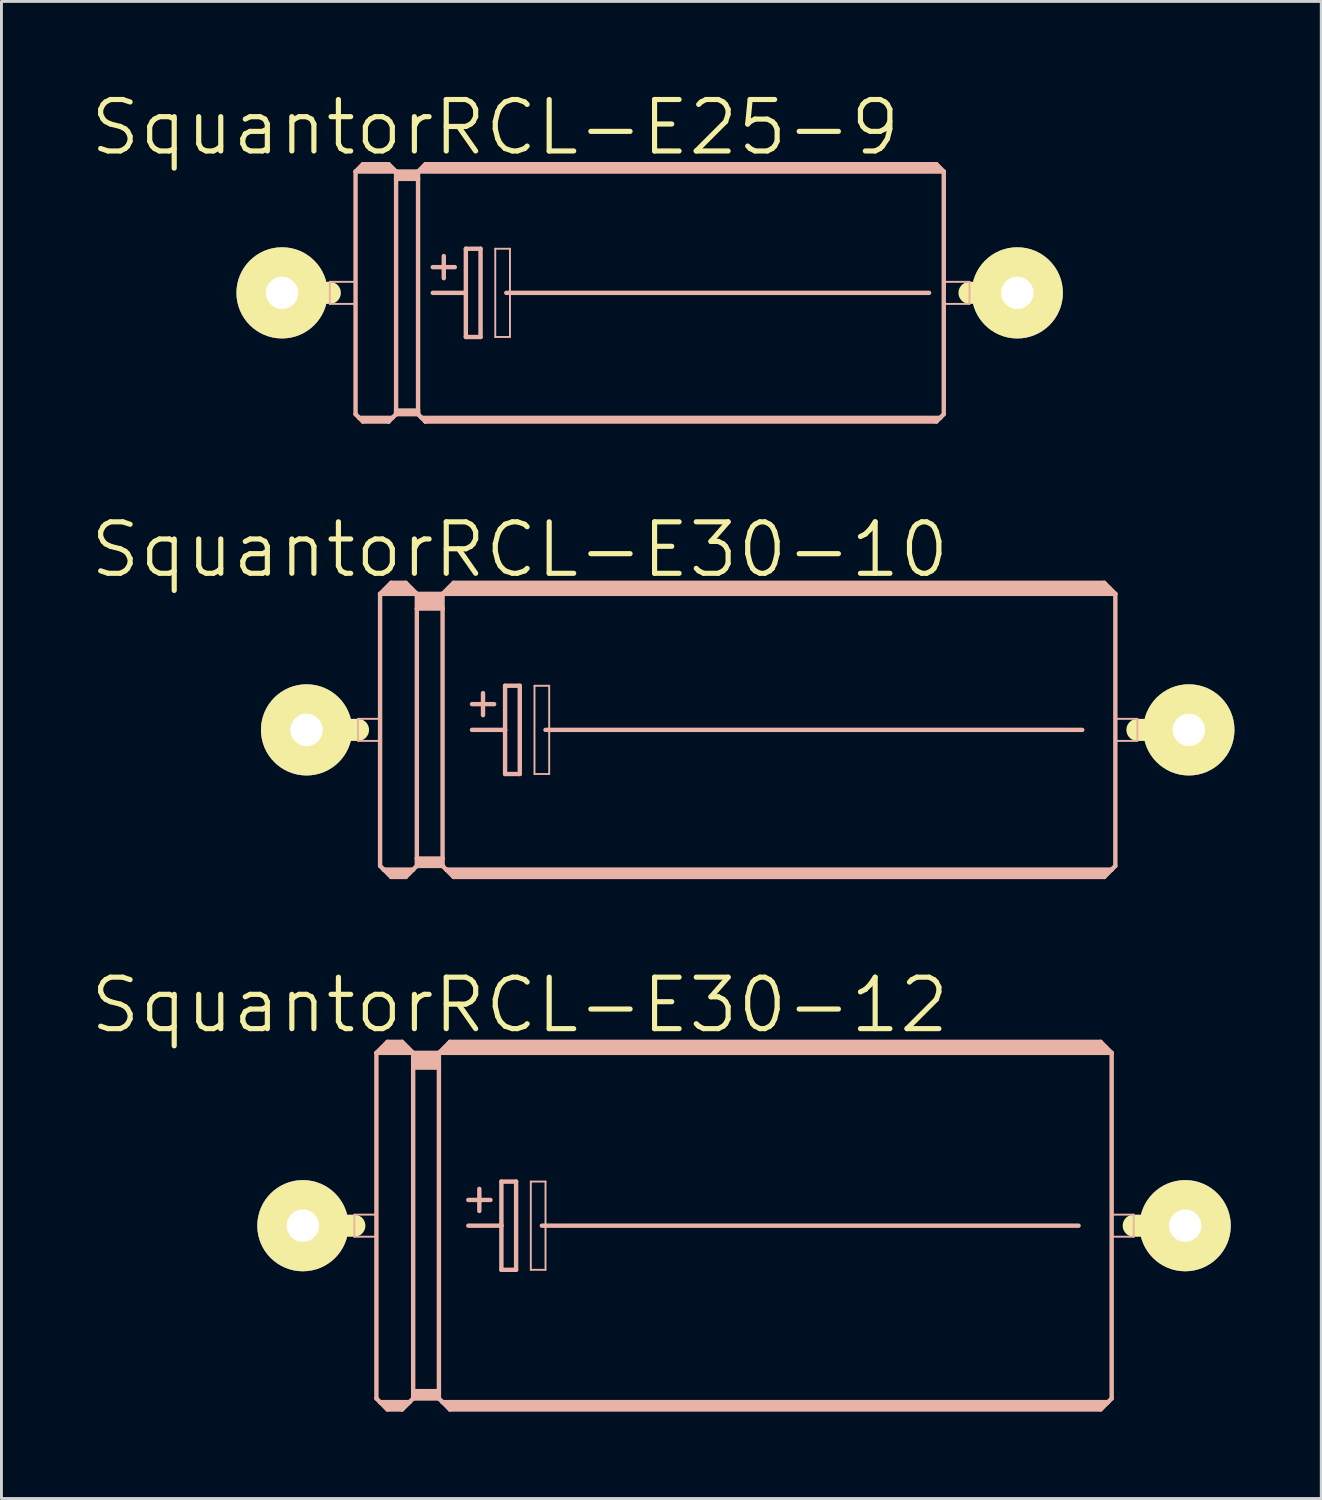
<source format=kicad_pcb>
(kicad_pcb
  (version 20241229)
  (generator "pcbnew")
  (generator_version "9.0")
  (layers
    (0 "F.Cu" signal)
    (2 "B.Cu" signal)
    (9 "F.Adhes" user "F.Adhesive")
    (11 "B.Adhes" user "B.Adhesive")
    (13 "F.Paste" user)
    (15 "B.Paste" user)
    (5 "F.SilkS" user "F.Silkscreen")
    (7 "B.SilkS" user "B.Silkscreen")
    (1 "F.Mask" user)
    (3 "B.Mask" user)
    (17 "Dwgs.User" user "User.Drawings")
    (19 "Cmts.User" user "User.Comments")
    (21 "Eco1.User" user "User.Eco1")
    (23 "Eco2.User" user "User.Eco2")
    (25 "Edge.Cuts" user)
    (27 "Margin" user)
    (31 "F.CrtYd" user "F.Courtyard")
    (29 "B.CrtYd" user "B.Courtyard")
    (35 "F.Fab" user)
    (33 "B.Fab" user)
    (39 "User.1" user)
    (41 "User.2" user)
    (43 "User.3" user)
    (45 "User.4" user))
  (footprint "SquantorRCL-E30-10"
    (layer "F.Cu")
    (at 22.78 22.164)
    (property "Reference" "SquantorRCL-E30-10" (at -7.874 -6.223 0) (layer "F.SilkS") (effects (font (size 1.778 1.778) (thickness 0.178))))
    (attr exclude_from_pos_files exclude_from_bom)
    (fp_line (start -15.24 0) (end -13.462 0) (stroke (width 0.762) (type solid)) (layer "F.SilkS"))
    (fp_line (start 15.24 0) (end 13.462 0) (stroke (width 0.762) (type solid)) (layer "F.SilkS"))
    (fp_line (start -13.462 -0.381) (end -12.7 -0.381) (stroke (width 0.066) (type solid)) (layer "B.SilkS"))
    (fp_line (start -13.462 0.381) (end -13.462 -0.381) (stroke (width 0.066) (type solid)) (layer "B.SilkS"))
    (fp_line (start -13.462 0.381) (end -12.7 0.381) (stroke (width 0.066) (type solid)) (layer "B.SilkS"))
    (fp_line (start -12.7 -4.699) (end -12.7 4.699) (stroke (width 0.152) (type solid)) (layer "B.SilkS"))
    (fp_line (start -12.7 -4.699) (end -12.319 -5.08) (stroke (width 0.152) (type solid)) (layer "B.SilkS"))
    (fp_line (start -12.7 -4.699) (end -11.43 -4.699) (stroke (width 0.152) (type solid)) (layer "B.SilkS"))
    (fp_line (start -12.7 0.381) (end -12.7 -0.381) (stroke (width 0.066) (type solid)) (layer "B.SilkS"))
    (fp_line (start -12.7 4.699) (end -12.573 4.826) (stroke (width 0.152) (type solid)) (layer "B.SilkS"))
    (fp_line (start -12.573 4.826) (end -12.319 5.08) (stroke (width 0.152) (type solid)) (layer "B.SilkS"))
    (fp_line (start -12.573 4.826) (end -11.557 4.826) (stroke (width 0.152) (type solid)) (layer "B.SilkS"))
    (fp_line (start -12.446 -4.826) (end -11.684 -4.826) (stroke (width 0.305) (type solid)) (layer "B.SilkS"))
    (fp_line (start -12.319 -5.08) (end -11.811 -5.08) (stroke (width 0.152) (type solid)) (layer "B.SilkS"))
    (fp_line (start -12.319 -4.953) (end -11.811 -4.953) (stroke (width 0.305) (type solid)) (layer "B.SilkS"))
    (fp_line (start -12.319 4.953) (end -11.811 4.953) (stroke (width 0.305) (type solid)) (layer "B.SilkS"))
    (fp_line (start -12.319 5.08) (end -11.811 5.08) (stroke (width 0.152) (type solid)) (layer "B.SilkS"))
    (fp_line (start -11.557 4.826) (end -11.811 5.08) (stroke (width 0.152) (type solid)) (layer "B.SilkS"))
    (fp_line (start -11.43 -4.699) (end -11.811 -5.08) (stroke (width 0.152) (type solid)) (layer "B.SilkS"))
    (fp_line (start -11.43 -4.699) (end -11.43 -4.191) (stroke (width 0.152) (type solid)) (layer "B.SilkS"))
    (fp_line (start -11.43 -4.699) (end -10.541 -4.699) (stroke (width 0.152) (type solid)) (layer "B.SilkS"))
    (fp_line (start -11.43 -4.191) (end -11.43 4.445) (stroke (width 0.152) (type solid)) (layer "B.SilkS"))
    (fp_line (start -11.43 -4.191) (end -10.541 -4.191) (stroke (width 0.152) (type solid)) (layer "B.SilkS"))
    (fp_line (start -11.43 4.445) (end -11.43 4.699) (stroke (width 0.152) (type solid)) (layer "B.SilkS"))
    (fp_line (start -11.43 4.445) (end -10.541 4.445) (stroke (width 0.152) (type solid)) (layer "B.SilkS"))
    (fp_line (start -11.43 4.699) (end -11.557 4.826) (stroke (width 0.152) (type solid)) (layer "B.SilkS"))
    (fp_line (start -11.43 4.699) (end -10.541 4.699) (stroke (width 0.152) (type solid)) (layer "B.SilkS"))
    (fp_line (start -11.303 -4.572) (end -10.668 -4.572) (stroke (width 0.305) (type solid)) (layer "B.SilkS"))
    (fp_line (start -11.303 -4.318) (end -10.668 -4.318) (stroke (width 0.305) (type solid)) (layer "B.SilkS"))
    (fp_line (start -11.303 4.572) (end -10.668 4.572) (stroke (width 0.305) (type solid)) (layer "B.SilkS"))
    (fp_line (start -10.541 -4.699) (end -10.541 -4.191) (stroke (width 0.152) (type solid)) (layer "B.SilkS"))
    (fp_line (start -10.541 -4.699) (end -10.16 -5.08) (stroke (width 0.152) (type solid)) (layer "B.SilkS"))
    (fp_line (start -10.541 -4.699) (end 12.7 -4.699) (stroke (width 0.152) (type solid)) (layer "B.SilkS"))
    (fp_line (start -10.541 -4.191) (end -10.541 4.445) (stroke (width 0.152) (type solid)) (layer "B.SilkS"))
    (fp_line (start -10.541 4.445) (end -10.541 4.699) (stroke (width 0.152) (type solid)) (layer "B.SilkS"))
    (fp_line (start -10.414 4.826) (end -10.541 4.699) (stroke (width 0.152) (type solid)) (layer "B.SilkS"))
    (fp_line (start -10.414 4.826) (end 12.573 4.826) (stroke (width 0.152) (type solid)) (layer "B.SilkS"))
    (fp_line (start -10.287 -4.826) (end 12.446 -4.826) (stroke (width 0.305) (type solid)) (layer "B.SilkS"))
    (fp_line (start -10.16 -4.953) (end 12.319 -4.953) (stroke (width 0.305) (type solid)) (layer "B.SilkS"))
    (fp_line (start -10.16 4.953) (end 12.319 4.953) (stroke (width 0.305) (type solid)) (layer "B.SilkS"))
    (fp_line (start -10.16 5.08) (end -10.414 4.826) (stroke (width 0.152) (type solid)) (layer "B.SilkS"))
    (fp_line (start -9.525 -0.889) (end -8.76 -0.889) (stroke (width 0.152) (type solid)) (layer "B.SilkS"))
    (fp_line (start -9.525 0) (end -8.382 0) (stroke (width 0.152) (type solid)) (layer "B.SilkS"))
    (fp_line (start -9.144 -1.27) (end -9.144 -0.508) (stroke (width 0.152) (type solid)) (layer "B.SilkS"))
    (fp_line (start -8.382 -1.524) (end -8.382 0) (stroke (width 0.152) (type solid)) (layer "B.SilkS"))
    (fp_line (start -8.382 0) (end -8.382 1.524) (stroke (width 0.152) (type solid)) (layer "B.SilkS"))
    (fp_line (start -8.382 1.524) (end -7.874 1.524) (stroke (width 0.152) (type solid)) (layer "B.SilkS"))
    (fp_line (start -7.874 -1.524) (end -8.382 -1.524) (stroke (width 0.152) (type solid)) (layer "B.SilkS"))
    (fp_line (start -7.874 1.524) (end -7.874 -1.524) (stroke (width 0.152) (type solid)) (layer "B.SilkS"))
    (fp_line (start -7.366 -1.524) (end -6.858 -1.524) (stroke (width 0.066) (type solid)) (layer "B.SilkS"))
    (fp_line (start -7.366 1.524) (end -7.366 -1.524) (stroke (width 0.066) (type solid)) (layer "B.SilkS"))
    (fp_line (start -7.366 1.524) (end -6.858 1.524) (stroke (width 0.066) (type solid)) (layer "B.SilkS"))
    (fp_line (start -6.985 0) (end 11.557 0) (stroke (width 0.152) (type solid)) (layer "B.SilkS"))
    (fp_line (start -6.858 1.524) (end -6.858 -1.524) (stroke (width 0.066) (type solid)) (layer "B.SilkS"))
    (fp_line (start 12.319 -5.08) (end -10.16 -5.08) (stroke (width 0.152) (type solid)) (layer "B.SilkS"))
    (fp_line (start 12.319 5.08) (end -10.16 5.08) (stroke (width 0.152) (type solid)) (layer "B.SilkS"))
    (fp_line (start 12.573 4.826) (end 12.319 5.08) (stroke (width 0.152) (type solid)) (layer "B.SilkS"))
    (fp_line (start 12.7 -4.699) (end 12.319 -5.08) (stroke (width 0.152) (type solid)) (layer "B.SilkS"))
    (fp_line (start 12.7 -4.699) (end 12.7 4.699) (stroke (width 0.152) (type solid)) (layer "B.SilkS"))
    (fp_line (start 12.7 -0.381) (end 13.462 -0.381) (stroke (width 0.066) (type solid)) (layer "B.SilkS"))
    (fp_line (start 12.7 0.381) (end 12.7 -0.381) (stroke (width 0.066) (type solid)) (layer "B.SilkS"))
    (fp_line (start 12.7 0.381) (end 13.462 0.381) (stroke (width 0.066) (type solid)) (layer "B.SilkS"))
    (fp_line (start 12.7 4.699) (end 12.573 4.826) (stroke (width 0.152) (type solid)) (layer "B.SilkS"))
    (fp_line (start 13.462 0.381) (end 13.462 -0.381) (stroke (width 0.066) (type solid)) (layer "B.SilkS"))
    (pad "+" thru_hole circle (at -15.24 0) (size 3.15 3.15) (drill 1.118) (layers "*.Cu" "F.Mask" "F.SilkS" "F.Paste"))
    (pad "-" thru_hole circle (at 15.24 0) (size 3.15 3.15) (drill 1.118) (layers "*.Cu" "F.Mask" "F.SilkS" "F.Paste")))
  (footprint "SquantorRCL-E30-12"
    (layer "F.Cu")
    (at 22.653 39.292)
    (property "Reference" "SquantorRCL-E30-12" (at -7.747 -7.62 0) (layer "F.SilkS") (effects (font (size 1.778 1.778) (thickness 0.178))))
    (attr exclude_from_pos_files exclude_from_bom)
    (fp_line (start -15.24 0) (end -13.462 0) (stroke (width 0.762) (type solid)) (layer "F.SilkS"))
    (fp_line (start 15.24 0) (end 13.462 0) (stroke (width 0.762) (type solid)) (layer "F.SilkS"))
    (fp_line (start -13.462 -0.381) (end -12.7 -0.381) (stroke (width 0.066) (type solid)) (layer "B.SilkS"))
    (fp_line (start -13.462 0.381) (end -13.462 -0.381) (stroke (width 0.066) (type solid)) (layer "B.SilkS"))
    (fp_line (start -13.462 0.381) (end -12.7 0.381) (stroke (width 0.066) (type solid)) (layer "B.SilkS"))
    (fp_line (start -12.7 -5.969) (end -12.7 5.969) (stroke (width 0.152) (type solid)) (layer "B.SilkS"))
    (fp_line (start -12.7 -5.969) (end -12.319 -6.35) (stroke (width 0.152) (type solid)) (layer "B.SilkS"))
    (fp_line (start -12.7 -5.969) (end -11.43 -5.969) (stroke (width 0.152) (type solid)) (layer "B.SilkS"))
    (fp_line (start -12.7 0.381) (end -12.7 -0.381) (stroke (width 0.066) (type solid)) (layer "B.SilkS"))
    (fp_line (start -12.7 5.969) (end -12.573 6.096) (stroke (width 0.152) (type solid)) (layer "B.SilkS"))
    (fp_line (start -12.573 6.096) (end -12.319 6.35) (stroke (width 0.152) (type solid)) (layer "B.SilkS"))
    (fp_line (start -12.573 6.096) (end -11.557 6.096) (stroke (width 0.152) (type solid)) (layer "B.SilkS"))
    (fp_line (start -12.446 -6.096) (end -11.684 -6.096) (stroke (width 0.305) (type solid)) (layer "B.SilkS"))
    (fp_line (start -12.319 -6.35) (end -11.811 -6.35) (stroke (width 0.152) (type solid)) (layer "B.SilkS"))
    (fp_line (start -12.319 -6.223) (end -11.811 -6.223) (stroke (width 0.305) (type solid)) (layer "B.SilkS"))
    (fp_line (start -12.319 6.223) (end -11.811 6.223) (stroke (width 0.305) (type solid)) (layer "B.SilkS"))
    (fp_line (start -12.319 6.35) (end -11.811 6.35) (stroke (width 0.152) (type solid)) (layer "B.SilkS"))
    (fp_line (start -11.557 6.096) (end -11.811 6.35) (stroke (width 0.152) (type solid)) (layer "B.SilkS"))
    (fp_line (start -11.43 -5.969) (end -11.811 -6.35) (stroke (width 0.152) (type solid)) (layer "B.SilkS"))
    (fp_line (start -11.43 -5.969) (end -11.43 -5.461) (stroke (width 0.152) (type solid)) (layer "B.SilkS"))
    (fp_line (start -11.43 -5.969) (end -10.541 -5.969) (stroke (width 0.152) (type solid)) (layer "B.SilkS"))
    (fp_line (start -11.43 -5.461) (end -11.43 5.715) (stroke (width 0.152) (type solid)) (layer "B.SilkS"))
    (fp_line (start -11.43 -5.461) (end -10.541 -5.461) (stroke (width 0.152) (type solid)) (layer "B.SilkS"))
    (fp_line (start -11.43 5.715) (end -11.43 5.969) (stroke (width 0.152) (type solid)) (layer "B.SilkS"))
    (fp_line (start -11.43 5.715) (end -10.541 5.715) (stroke (width 0.152) (type solid)) (layer "B.SilkS"))
    (fp_line (start -11.43 5.969) (end -11.557 6.096) (stroke (width 0.152) (type solid)) (layer "B.SilkS"))
    (fp_line (start -11.43 5.969) (end -10.541 5.969) (stroke (width 0.152) (type solid)) (layer "B.SilkS"))
    (fp_line (start -11.303 -5.842) (end -10.668 -5.842) (stroke (width 0.305) (type solid)) (layer "B.SilkS"))
    (fp_line (start -11.303 -5.588) (end -10.668 -5.588) (stroke (width 0.305) (type solid)) (layer "B.SilkS"))
    (fp_line (start -11.303 5.842) (end -10.668 5.842) (stroke (width 0.305) (type solid)) (layer "B.SilkS"))
    (fp_line (start -10.541 -5.969) (end -10.541 -5.461) (stroke (width 0.152) (type solid)) (layer "B.SilkS"))
    (fp_line (start -10.541 -5.969) (end -10.16 -6.35) (stroke (width 0.152) (type solid)) (layer "B.SilkS"))
    (fp_line (start -10.541 -5.969) (end 12.7 -5.969) (stroke (width 0.152) (type solid)) (layer "B.SilkS"))
    (fp_line (start -10.541 -5.461) (end -10.541 5.715) (stroke (width 0.152) (type solid)) (layer "B.SilkS"))
    (fp_line (start -10.541 5.715) (end -10.541 5.969) (stroke (width 0.152) (type solid)) (layer "B.SilkS"))
    (fp_line (start -10.414 6.096) (end -10.541 5.969) (stroke (width 0.152) (type solid)) (layer "B.SilkS"))
    (fp_line (start -10.414 6.096) (end 12.573 6.096) (stroke (width 0.152) (type solid)) (layer "B.SilkS"))
    (fp_line (start -10.287 -6.096) (end 12.446 -6.096) (stroke (width 0.305) (type solid)) (layer "B.SilkS"))
    (fp_line (start -10.16 -6.223) (end 12.319 -6.223) (stroke (width 0.305) (type solid)) (layer "B.SilkS"))
    (fp_line (start -10.16 6.223) (end 12.319 6.223) (stroke (width 0.305) (type solid)) (layer "B.SilkS"))
    (fp_line (start -10.16 6.35) (end -10.414 6.096) (stroke (width 0.152) (type solid)) (layer "B.SilkS"))
    (fp_line (start -9.525 -0.889) (end -8.76 -0.889) (stroke (width 0.152) (type solid)) (layer "B.SilkS"))
    (fp_line (start -9.525 0) (end -8.382 0) (stroke (width 0.152) (type solid)) (layer "B.SilkS"))
    (fp_line (start -9.144 -1.27) (end -9.144 -0.508) (stroke (width 0.152) (type solid)) (layer "B.SilkS"))
    (fp_line (start -8.382 -1.524) (end -8.382 0) (stroke (width 0.152) (type solid)) (layer "B.SilkS"))
    (fp_line (start -8.382 0) (end -8.382 1.524) (stroke (width 0.152) (type solid)) (layer "B.SilkS"))
    (fp_line (start -8.382 1.524) (end -7.874 1.524) (stroke (width 0.152) (type solid)) (layer "B.SilkS"))
    (fp_line (start -7.874 -1.524) (end -8.382 -1.524) (stroke (width 0.152) (type solid)) (layer "B.SilkS"))
    (fp_line (start -7.874 1.524) (end -7.874 -1.524) (stroke (width 0.152) (type solid)) (layer "B.SilkS"))
    (fp_line (start -7.366 -1.524) (end -6.858 -1.524) (stroke (width 0.066) (type solid)) (layer "B.SilkS"))
    (fp_line (start -7.366 1.524) (end -7.366 -1.524) (stroke (width 0.066) (type solid)) (layer "B.SilkS"))
    (fp_line (start -7.366 1.524) (end -6.858 1.524) (stroke (width 0.066) (type solid)) (layer "B.SilkS"))
    (fp_line (start -6.985 0) (end 11.557 0) (stroke (width 0.152) (type solid)) (layer "B.SilkS"))
    (fp_line (start -6.858 1.524) (end -6.858 -1.524) (stroke (width 0.066) (type solid)) (layer "B.SilkS"))
    (fp_line (start 12.319 -6.35) (end -10.16 -6.35) (stroke (width 0.152) (type solid)) (layer "B.SilkS"))
    (fp_line (start 12.319 6.35) (end -10.16 6.35) (stroke (width 0.152) (type solid)) (layer "B.SilkS"))
    (fp_line (start 12.573 6.096) (end 12.319 6.35) (stroke (width 0.152) (type solid)) (layer "B.SilkS"))
    (fp_line (start 12.7 -5.969) (end 12.319 -6.35) (stroke (width 0.152) (type solid)) (layer "B.SilkS"))
    (fp_line (start 12.7 -5.969) (end 12.7 5.969) (stroke (width 0.152) (type solid)) (layer "B.SilkS"))
    (fp_line (start 12.7 -0.381) (end 13.462 -0.381) (stroke (width 0.066) (type solid)) (layer "B.SilkS"))
    (fp_line (start 12.7 0.381) (end 12.7 -0.381) (stroke (width 0.066) (type solid)) (layer "B.SilkS"))
    (fp_line (start 12.7 0.381) (end 13.462 0.381) (stroke (width 0.066) (type solid)) (layer "B.SilkS"))
    (fp_line (start 12.7 5.969) (end 12.573 6.096) (stroke (width 0.152) (type solid)) (layer "B.SilkS"))
    (fp_line (start 13.462 0.381) (end 13.462 -0.381) (stroke (width 0.066) (type solid)) (layer "B.SilkS"))
    (pad "+" thru_hole circle (at -15.24 0) (size 3.15 3.15) (drill 1.118) (layers "*.Cu" "F.Mask" "F.SilkS" "F.Paste"))
    (pad "-" thru_hole circle (at 15.24 0) (size 3.15 3.15) (drill 1.118) (layers "*.Cu" "F.Mask" "F.SilkS" "F.Paste")))
  (footprint "SquantorRCL-E25-9"
    (layer "F.Cu")
    (at 19.393 7.067)
    (property "Reference" "SquantorRCL-E25-9" (at -5.334 -5.715 0) (layer "F.SilkS") (effects (font (size 1.778 1.778) (thickness 0.178))))
    (attr exclude_from_pos_files exclude_from_bom)
    (fp_line (start -12.7 0) (end -11.049 0) (stroke (width 0.762) (type solid)) (layer "F.SilkS"))
    (fp_line (start 12.7 0) (end 11.049 0) (stroke (width 0.762) (type solid)) (layer "F.SilkS"))
    (fp_line (start -11.049 -0.381) (end -10.16 -0.381) (stroke (width 0.066) (type solid)) (layer "B.SilkS"))
    (fp_line (start -11.049 0.381) (end -11.049 -0.381) (stroke (width 0.066) (type solid)) (layer "B.SilkS"))
    (fp_line (start -11.049 0.381) (end -10.16 0.381) (stroke (width 0.066) (type solid)) (layer "B.SilkS"))
    (fp_line (start -10.16 -4.191) (end -10.16 4.191) (stroke (width 0.152) (type solid)) (layer "B.SilkS"))
    (fp_line (start -10.16 -4.191) (end -9.906 -4.445) (stroke (width 0.152) (type solid)) (layer "B.SilkS"))
    (fp_line (start -10.16 -4.191) (end -8.76 -4.191) (stroke (width 0.152) (type solid)) (layer "B.SilkS"))
    (fp_line (start -10.16 0.381) (end -10.16 -0.381) (stroke (width 0.066) (type solid)) (layer "B.SilkS"))
    (fp_line (start -10.16 4.191) (end -10.033 4.318) (stroke (width 0.152) (type solid)) (layer "B.SilkS"))
    (fp_line (start -10.033 4.318) (end -9.906 4.445) (stroke (width 0.152) (type solid)) (layer "B.SilkS"))
    (fp_line (start -10.033 4.318) (end -8.89 4.318) (stroke (width 0.152) (type solid)) (layer "B.SilkS"))
    (fp_line (start -9.906 -4.445) (end -9.017 -4.445) (stroke (width 0.152) (type solid)) (layer "B.SilkS"))
    (fp_line (start -9.906 -4.318) (end -9.017 -4.318) (stroke (width 0.305) (type solid)) (layer "B.SilkS"))
    (fp_line (start -9.906 4.392) (end -9.017 4.392) (stroke (width 0.152) (type solid)) (layer "B.SilkS"))
    (fp_line (start -9.906 4.445) (end -9.017 4.445) (stroke (width 0.152) (type solid)) (layer "B.SilkS"))
    (fp_line (start -9.017 -4.445) (end -8.76 -4.191) (stroke (width 0.152) (type solid)) (layer "B.SilkS"))
    (fp_line (start -9.017 4.392) (end -9.017 4.445) (stroke (width 0.152) (type solid)) (layer "B.SilkS"))
    (fp_line (start -9.017 4.445) (end -8.89 4.318) (stroke (width 0.152) (type solid)) (layer "B.SilkS"))
    (fp_line (start -8.89 4.318) (end -8.76 4.191) (stroke (width 0.152) (type solid)) (layer "B.SilkS"))
    (fp_line (start -8.76 -4.191) (end -8.76 -3.937) (stroke (width 0.152) (type solid)) (layer "B.SilkS"))
    (fp_line (start -8.76 -3.937) (end -8.001 -3.937) (stroke (width 0.152) (type solid)) (layer "B.SilkS"))
    (fp_line (start -8.76 4.064) (end -8.76 -3.937) (stroke (width 0.152) (type solid)) (layer "B.SilkS"))
    (fp_line (start -8.76 4.064) (end -8.001 4.064) (stroke (width 0.152) (type solid)) (layer "B.SilkS"))
    (fp_line (start -8.76 4.14) (end -8.76 4.064) (stroke (width 0.152) (type solid)) (layer "B.SilkS"))
    (fp_line (start -8.76 4.14) (end -8.001 4.14) (stroke (width 0.152) (type solid)) (layer "B.SilkS"))
    (fp_line (start -8.76 4.191) (end -8.76 4.14) (stroke (width 0.152) (type solid)) (layer "B.SilkS"))
    (fp_line (start -8.636 -4.064) (end -8.128 -4.064) (stroke (width 0.305) (type solid)) (layer "B.SilkS"))
    (fp_line (start -8.001 -4.191) (end -8.76 -4.191) (stroke (width 0.152) (type solid)) (layer "B.SilkS"))
    (fp_line (start -8.001 -4.191) (end -8.001 -3.937) (stroke (width 0.152) (type solid)) (layer "B.SilkS"))
    (fp_line (start -8.001 -4.191) (end 10.16 -4.191) (stroke (width 0.152) (type solid)) (layer "B.SilkS"))
    (fp_line (start -8.001 4.064) (end -8.001 -3.937) (stroke (width 0.152) (type solid)) (layer "B.SilkS"))
    (fp_line (start -8.001 4.14) (end -8.001 4.064) (stroke (width 0.152) (type solid)) (layer "B.SilkS"))
    (fp_line (start -8.001 4.191) (end -8.76 4.191) (stroke (width 0.152) (type solid)) (layer "B.SilkS"))
    (fp_line (start -8.001 4.191) (end -8.001 4.14) (stroke (width 0.152) (type solid)) (layer "B.SilkS"))
    (fp_line (start -7.874 4.318) (end -8.001 4.191) (stroke (width 0.152) (type solid)) (layer "B.SilkS"))
    (fp_line (start -7.874 4.318) (end 10.033 4.318) (stroke (width 0.152) (type solid)) (layer "B.SilkS"))
    (fp_line (start -7.747 -4.445) (end -8.001 -4.191) (stroke (width 0.152) (type solid)) (layer "B.SilkS"))
    (fp_line (start -7.747 -4.445) (end 9.906 -4.445) (stroke (width 0.152) (type solid)) (layer "B.SilkS"))
    (fp_line (start -7.747 -4.318) (end 9.906 -4.318) (stroke (width 0.305) (type solid)) (layer "B.SilkS"))
    (fp_line (start -7.747 4.392) (end 9.906 4.392) (stroke (width 0.152) (type solid)) (layer "B.SilkS"))
    (fp_line (start -7.747 4.445) (end -7.874 4.318) (stroke (width 0.152) (type solid)) (layer "B.SilkS"))
    (fp_line (start -7.747 4.445) (end -7.747 4.392) (stroke (width 0.152) (type solid)) (layer "B.SilkS"))
    (fp_line (start -7.747 4.445) (end 9.906 4.445) (stroke (width 0.152) (type solid)) (layer "B.SilkS"))
    (fp_line (start -7.493 -0.889) (end -6.731 -0.889) (stroke (width 0.152) (type solid)) (layer "B.SilkS"))
    (fp_line (start -7.493 0) (end -6.35 0) (stroke (width 0.152) (type solid)) (layer "B.SilkS"))
    (fp_line (start -7.112 -1.27) (end -7.112 -0.508) (stroke (width 0.152) (type solid)) (layer "B.SilkS"))
    (fp_line (start -6.35 -1.524) (end -6.35 0) (stroke (width 0.152) (type solid)) (layer "B.SilkS"))
    (fp_line (start -6.35 0) (end -6.35 1.524) (stroke (width 0.152) (type solid)) (layer "B.SilkS"))
    (fp_line (start -6.35 1.524) (end -5.842 1.524) (stroke (width 0.152) (type solid)) (layer "B.SilkS"))
    (fp_line (start -5.842 -1.524) (end -6.35 -1.524) (stroke (width 0.152) (type solid)) (layer "B.SilkS"))
    (fp_line (start -5.842 1.524) (end -5.842 -1.524) (stroke (width 0.152) (type solid)) (layer "B.SilkS"))
    (fp_line (start -5.334 -1.524) (end -4.826 -1.524) (stroke (width 0.066) (type solid)) (layer "B.SilkS"))
    (fp_line (start -5.334 1.524) (end -5.334 -1.524) (stroke (width 0.066) (type solid)) (layer "B.SilkS"))
    (fp_line (start -5.334 1.524) (end -4.826 1.524) (stroke (width 0.066) (type solid)) (layer "B.SilkS"))
    (fp_line (start -4.953 0) (end 9.652 0) (stroke (width 0.152) (type solid)) (layer "B.SilkS"))
    (fp_line (start -4.826 1.524) (end -4.826 -1.524) (stroke (width 0.066) (type solid)) (layer "B.SilkS"))
    (fp_line (start 9.906 -4.445) (end 10.16 -4.191) (stroke (width 0.152) (type solid)) (layer "B.SilkS"))
    (fp_line (start 9.906 4.445) (end 10.033 4.318) (stroke (width 0.152) (type solid)) (layer "B.SilkS"))
    (fp_line (start 10.033 4.318) (end 10.16 4.191) (stroke (width 0.152) (type solid)) (layer "B.SilkS"))
    (fp_line (start 10.16 -0.381) (end 11.049 -0.381) (stroke (width 0.066) (type solid)) (layer "B.SilkS"))
    (fp_line (start 10.16 0.381) (end 10.16 -0.381) (stroke (width 0.066) (type solid)) (layer "B.SilkS"))
    (fp_line (start 10.16 0.381) (end 11.049 0.381) (stroke (width 0.066) (type solid)) (layer "B.SilkS"))
    (fp_line (start 10.16 4.191) (end 10.16 -4.191) (stroke (width 0.152) (type solid)) (layer "B.SilkS"))
    (fp_line (start 11.049 0.381) (end 11.049 -0.381) (stroke (width 0.066) (type solid)) (layer "B.SilkS"))
    (pad "+" thru_hole circle (at -12.7 0) (size 3.15 3.15) (drill 1.118) (layers "*.Cu" "F.Mask" "F.SilkS" "F.Paste"))
    (pad "-" thru_hole circle (at 12.7 0) (size 3.15 3.15) (drill 1.118) (layers "*.Cu" "F.Mask" "F.SilkS" "F.Paste")))
  (gr_rect
    (start -3 -3)
    (end 42.594 48.718)
    (stroke (width 0.1) (type default))
    (fill no)
    (layer "Edge.Cuts")))
</source>
